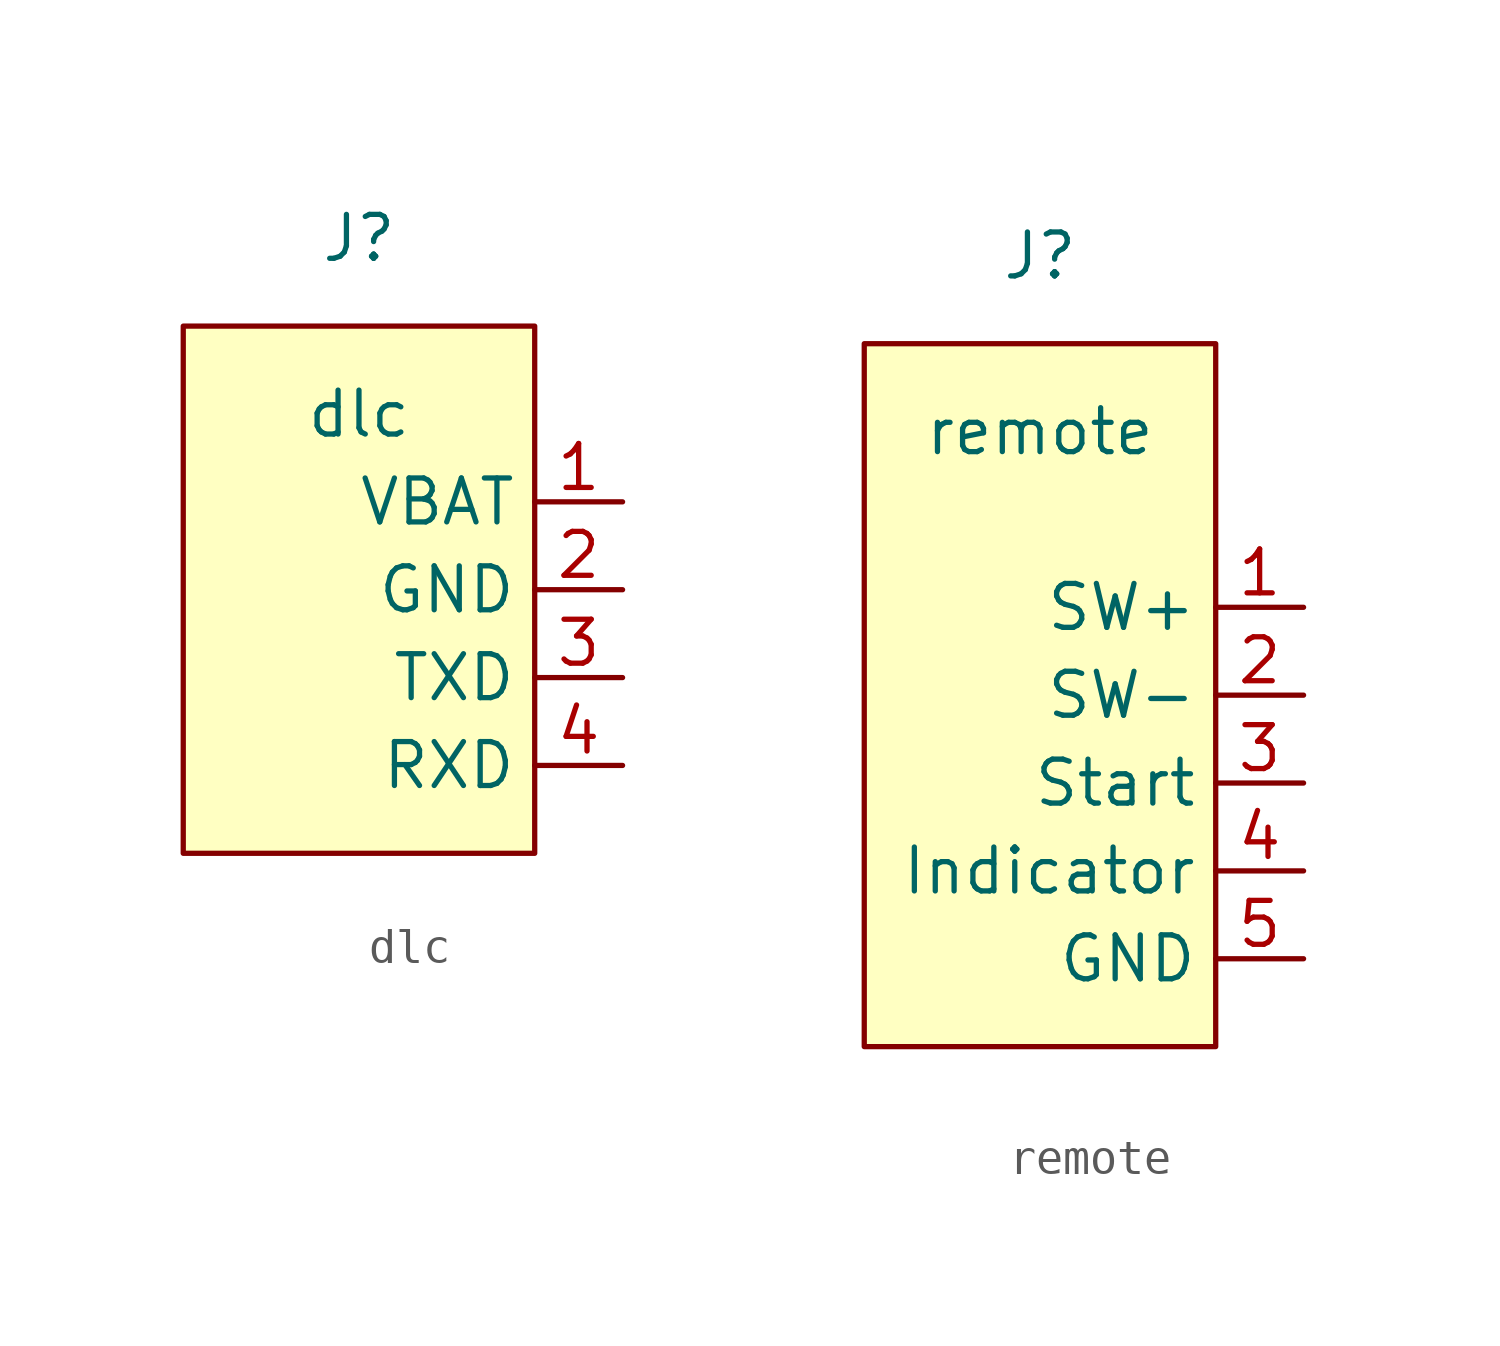
<source format=kicad_sym>
(kicad_symbol_lib
  (version 20211014)
  (generator kicad_symbol_editor)
  (symbol "dlc"
    (property "Reference" "J"
      (at -5.08 7.62 0)
      (effects (font (size 1.27 1.27))))
    (property "Value" "dlc"
      (at -5.08 2.54 0)
      (effects (font (size 1.27 1.27))))
    (symbol "dlc_0_1"
      (rectangle (start -10.16 5.08) (end 0 -10.16) (stroke (width 0) (type default) (color 0 0 0 0)) (fill (type background))))
    (symbol "dlc_1_1"
      (pin power_out line (at 2.54 0 180) (length 2.54) (name "VBAT" (effects (font (size 1.27 1.27)))) (number "1" (effects (font (size 1.27 1.27)))))
      (pin power_out line (at 2.54 -2.54 180) (length 2.54) (name "GND" (effects (font (size 1.27 1.27)))) (number "2" (effects (font (size 1.27 1.27)))))
      (pin bidirectional line (at 2.54 -5.08 180) (length 2.54) (name "TXD" (effects (font (size 1.27 1.27)))) (number "3" (effects (font (size 1.27 1.27)))))
      (pin bidirectional line (at 2.54 -7.62 180) (length 2.54) (name "RXD" (effects (font (size 1.27 1.27)))) (number "4" (effects (font (size 1.27 1.27)))))))
  (symbol "remote"
    (property "Reference" "J"
      (at -5.08 10.16 0)
      (effects (font (size 1.27 1.27))))
    (property "Value" "remote"
      (at -5.08 5.08 0)
      (effects (font (size 1.27 1.27))))
    (symbol "remote_0_1"
      (rectangle (start -10.16 7.62) (end 0 -12.7) (stroke (width 0) (type default) (color 0 0 0 0)) (fill (type background))))
    (symbol "remote_1_1"
      (pin unspecified line (at 2.54 0 180) (length 2.54) (name "SW+" (effects (font (size 1.27 1.27)))) (number "1" (effects (font (size 1.27 1.27)))))
      (pin unspecified line (at 2.54 -2.54 180) (length 2.54) (name "SW-" (effects (font (size 1.27 1.27)))) (number "2" (effects (font (size 1.27 1.27)))))
      (pin input line (at 2.54 -5.08 180) (length 2.54) (name "Start" (effects (font (size 1.27 1.27)))) (number "3" (effects (font (size 1.27 1.27)))))
      (pin output line (at 2.54 -7.62 180) (length 2.54) (name "Indicator" (effects (font (size 1.27 1.27)))) (number "4" (effects (font (size 1.27 1.27)))))
      (pin power_out line (at 2.54 -10.16 180) (length 2.54) (name "GND" (effects (font (size 1.27 1.27)))) (number "5" (effects (font (size 1.27 1.27))))))))
</source>
